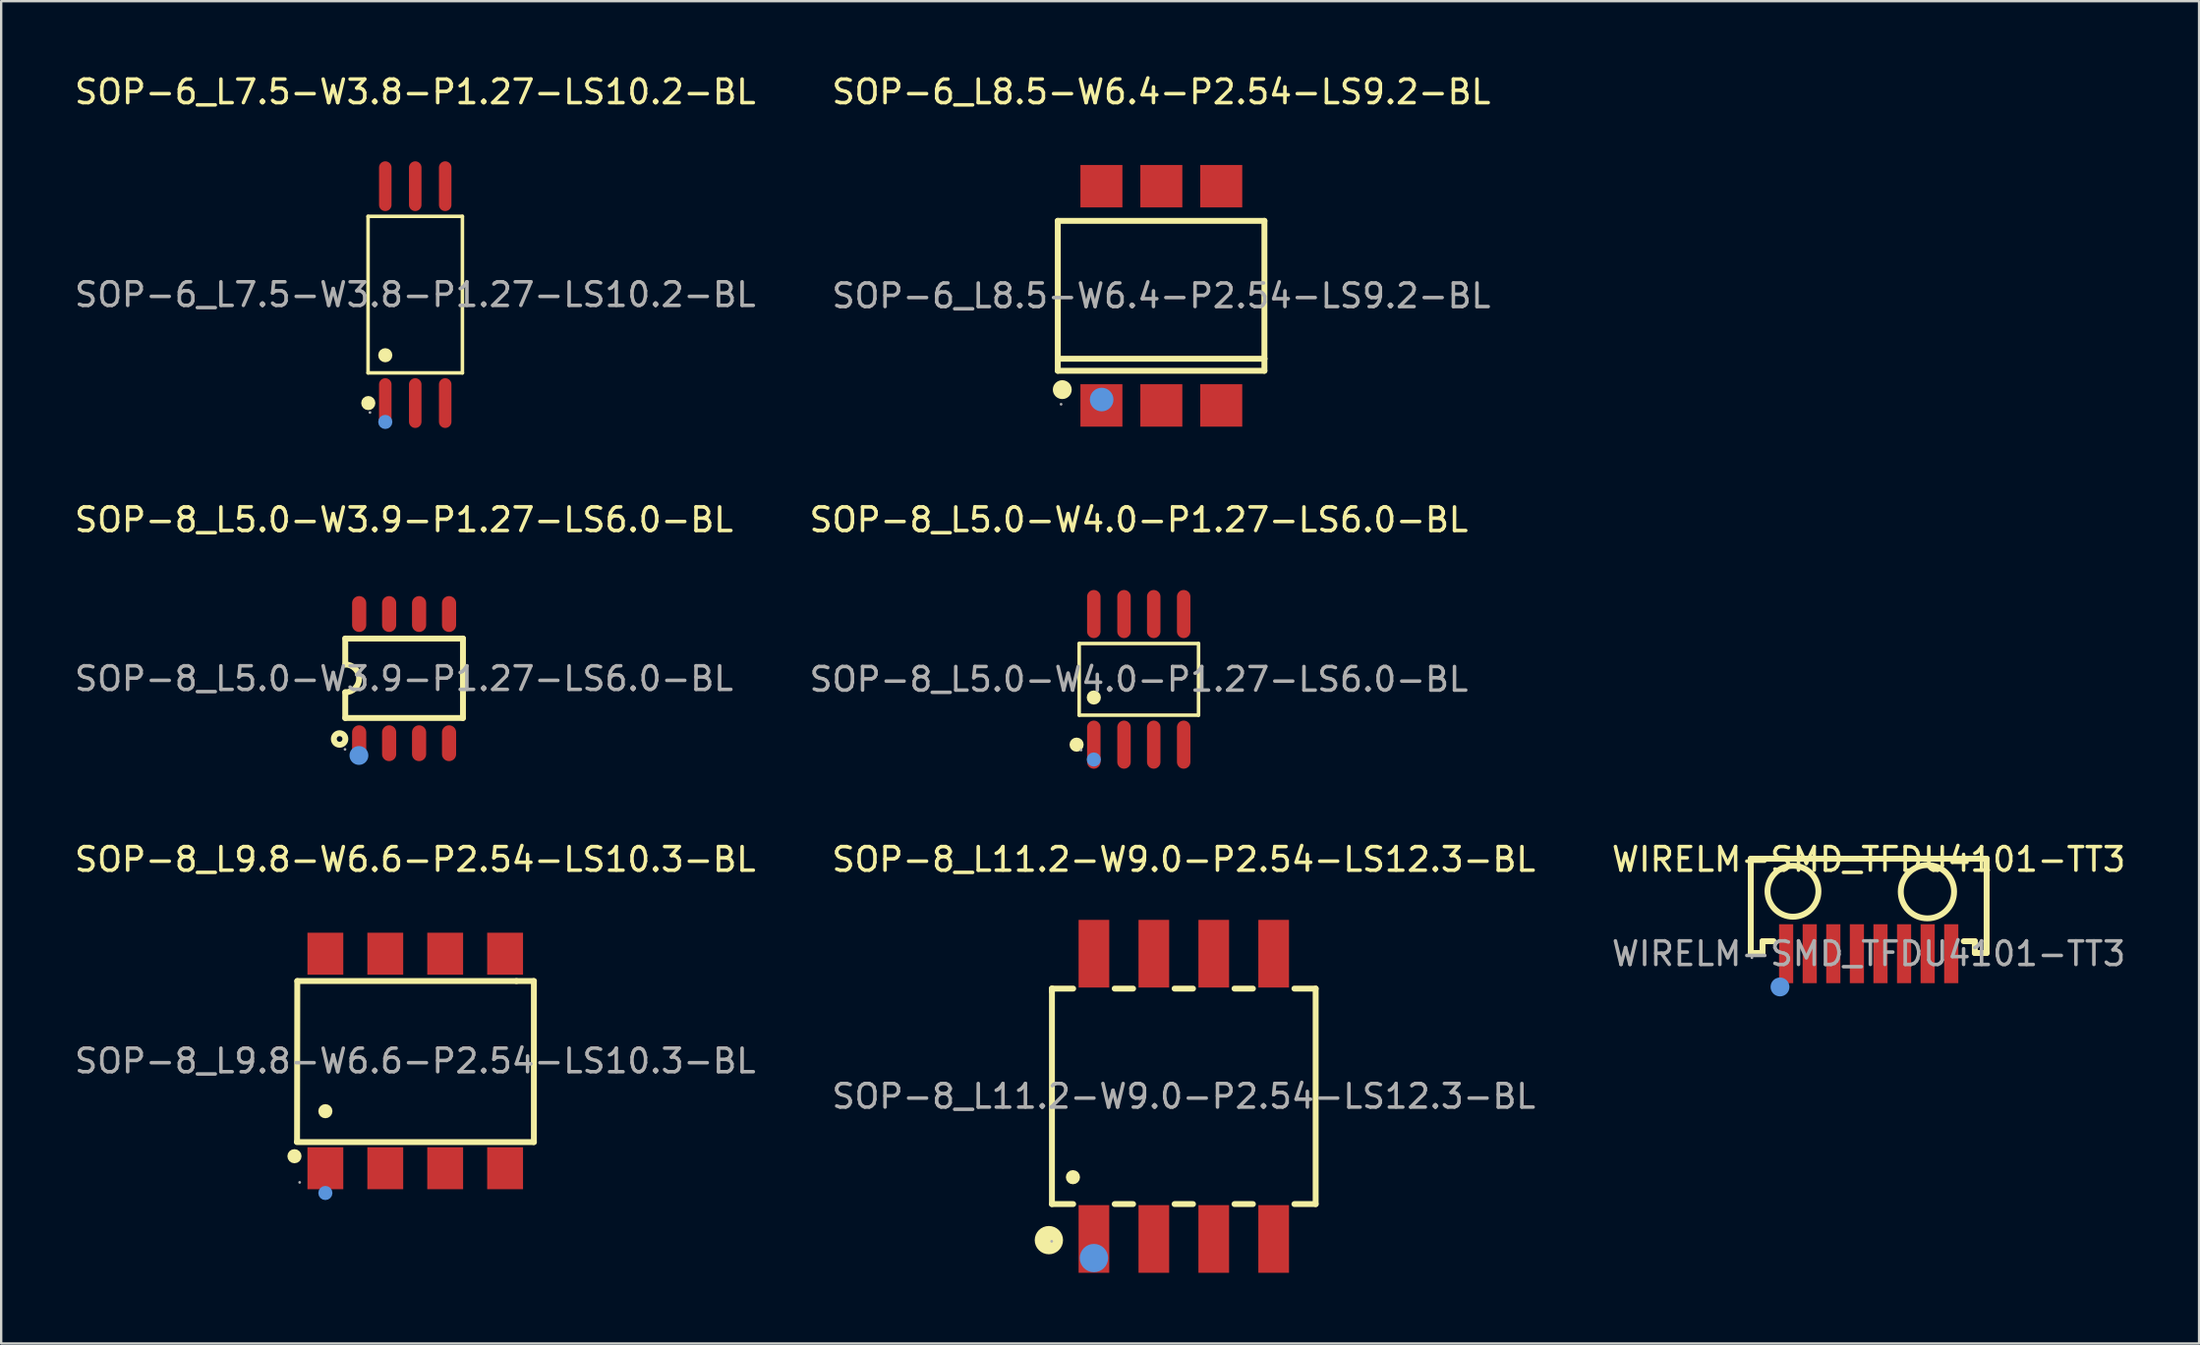
<source format=kicad_pcb>
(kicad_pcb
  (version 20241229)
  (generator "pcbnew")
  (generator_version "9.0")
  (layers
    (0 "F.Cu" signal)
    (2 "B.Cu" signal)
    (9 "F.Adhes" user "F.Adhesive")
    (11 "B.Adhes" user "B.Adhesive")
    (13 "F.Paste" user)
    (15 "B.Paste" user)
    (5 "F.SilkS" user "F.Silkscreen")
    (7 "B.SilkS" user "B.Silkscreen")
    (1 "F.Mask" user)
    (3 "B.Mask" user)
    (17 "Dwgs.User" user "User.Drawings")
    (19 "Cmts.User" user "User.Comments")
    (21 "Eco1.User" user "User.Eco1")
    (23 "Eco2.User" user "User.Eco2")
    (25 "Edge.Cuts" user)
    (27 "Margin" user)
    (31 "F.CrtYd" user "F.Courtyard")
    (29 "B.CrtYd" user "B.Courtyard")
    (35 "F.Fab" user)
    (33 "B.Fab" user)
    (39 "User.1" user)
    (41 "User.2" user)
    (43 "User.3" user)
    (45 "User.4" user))
  (footprint "SOP-8_L5.0-W4.0-P1.27-LS6.0-BL"
    (layer "F.Cu")
    (at 45.232 25.767)
    (property "Reference" "SOP-8_L5.0-W4.0-P1.27-LS6.0-BL" (at 0 -6.77 0) (layer "F.SilkS") (effects (font (size 1 1) (thickness 0.15))))
    (attr through_hole)
    (fp_line (start -2.53 -1.52) (end 2.53 -1.52) (stroke (width 0.15) (type solid)) (layer "F.SilkS"))
    (fp_line (start -2.53 1.52) (end -2.53 -1.52) (stroke (width 0.15) (type solid)) (layer "F.SilkS"))
    (fp_line (start 2.53 -1.52) (end 2.53 1.52) (stroke (width 0.15) (type solid)) (layer "F.SilkS"))
    (fp_line (start 2.53 1.52) (end -2.53 1.52) (stroke (width 0.15) (type solid)) (layer "F.SilkS"))
    (fp_circle (center -2.64 2.77) (end -2.49 2.77) (stroke (width 0.3) (type solid)) (fill no) (layer "F.SilkS"))
    (fp_circle (center -1.91 0.77) (end -1.76 0.77) (stroke (width 0.3) (type solid)) (fill no) (layer "F.SilkS"))
    (fp_circle (center -1.91 3.4) (end -1.76 3.4) (stroke (width 0.3) (type solid)) (fill no) (layer "Cmts.User"))
    (fp_circle (center -2.45 3) (end -2.42 3) (stroke (width 0.06) (type solid)) (fill no) (layer "F.Fab"))
    (fp_text user "${REFERENCE}" (at 0 0 0) (layer "F.Fab") (effects (font (size 1 1) (thickness 0.15))))
    (pad "1" smd oval (at -1.91 2.77) (size 0.57 2.04) (layers "F.Cu" "F.Mask" "F.Paste"))
    (pad "2" smd oval (at -0.63 2.77) (size 0.57 2.04) (layers "F.Cu" "F.Mask" "F.Paste"))
    (pad "3" smd oval (at 0.63 2.77) (size 0.57 2.04) (layers "F.Cu" "F.Mask" "F.Paste"))
    (pad "4" smd oval (at 1.9 2.77) (size 0.57 2.04) (layers "F.Cu" "F.Mask" "F.Paste"))
    (pad "5" smd oval (at 1.9 -2.77) (size 0.57 2.04) (layers "F.Cu" "F.Mask" "F.Paste"))
    (pad "6" smd oval (at 0.63 -2.77) (size 0.57 2.04) (layers "F.Cu" "F.Mask" "F.Paste"))
    (pad "7" smd oval (at -0.63 -2.77) (size 0.57 2.04) (layers "F.Cu" "F.Mask" "F.Paste"))
    (pad "8" smd oval (at -1.91 -2.77) (size 0.57 2.04) (layers "F.Cu" "F.Mask" "F.Paste")))
  (footprint "WIRELM-SMD_TFDU4101-TT3"
    (layer "F.Cu")
    (at 76.173 37.405)
    (property "Reference" "WIRELM-SMD_TFDU4101-TT3" (at 0 -4 0) (layer "F.SilkS") (effects (font (size 1 1) (thickness 0.15))))
    (attr through_hole)
    (fp_line (start -5 -4.03) (end 5 -4.03) (stroke (width 0.25) (type solid)) (layer "F.SilkS"))
    (fp_line (start -5 -0.03) (end -5 -4.03) (stroke (width 0.25) (type solid)) (layer "F.SilkS"))
    (fp_line (start -5 -0.03) (end -4.5 -0.03) (stroke (width 0.25) (type solid)) (layer "F.SilkS"))
    (fp_line (start -4.5 -0.53) (end -4.03 -0.53) (stroke (width 0.25) (type solid)) (layer "F.SilkS"))
    (fp_line (start -4.5 -0.03) (end -4.5 -0.53) (stroke (width 0.25) (type solid)) (layer "F.SilkS"))
    (fp_line (start 4.03 -0.53) (end 4.5 -0.53) (stroke (width 0.25) (type solid)) (layer "F.SilkS"))
    (fp_line (start 4.5 -0.53) (end 4.5 -0.03) (stroke (width 0.25) (type solid)) (layer "F.SilkS"))
    (fp_line (start 4.5 -0.03) (end 5 -0.03) (stroke (width 0.25) (type solid)) (layer "F.SilkS"))
    (fp_line (start 5 -4.03) (end 5 -0.03) (stroke (width 0.25) (type solid)) (layer "F.SilkS"))
    (fp_circle (center -3.21 -2.65) (end -2.13 -2.65) (stroke (width 0.25) (type solid)) (fill no) (layer "F.SilkS"))
    (fp_circle (center 2.49 -2.63) (end 3.62 -2.63) (stroke (width 0.25) (type solid)) (fill no) (layer "F.SilkS"))
    (fp_circle (center -3.76 1.41) (end -3.56 1.41) (stroke (width 0.4) (type solid)) (fill no) (layer "Cmts.User"))
    (fp_circle (center -4.95 0.17) (end -4.92 0.17) (stroke (width 0.06) (type solid)) (fill no) (layer "F.Fab"))
    (fp_text user "${REFERENCE}" (at 0 0 0) (layer "F.Fab") (effects (font (size 1 1) (thickness 0.15))))
    (pad "1" smd rect (at -3.5 0 90) (size 2.5 0.6) (layers "F.Cu" "F.Mask" "F.Paste"))
    (pad "2" smd rect (at -2.5 0 90) (size 2.5 0.6) (layers "F.Cu" "F.Mask" "F.Paste"))
    (pad "3" smd rect (at -1.5 0 90) (size 2.5 0.6) (layers "F.Cu" "F.Mask" "F.Paste"))
    (pad "4" smd rect (at -0.5 0 90) (size 2.5 0.6) (layers "F.Cu" "F.Mask" "F.Paste"))
    (pad "5" smd rect (at 0.5 0 90) (size 2.5 0.6) (layers "F.Cu" "F.Mask" "F.Paste"))
    (pad "6" smd rect (at 1.5 0 90) (size 2.5 0.6) (layers "F.Cu" "F.Mask" "F.Paste"))
    (pad "7" smd rect (at 2.5 0 90) (size 2.5 0.6) (layers "F.Cu" "F.Mask" "F.Paste"))
    (pad "8" smd rect (at 3.5 0 90) (size 2.5 0.6) (layers "F.Cu" "F.Mask" "F.Paste")))
  (footprint "SOP-6_L7.5-W3.8-P1.27-LS10.2-BL"
    (layer "F.Cu")
    (at 14.554 9.448)
    (property "Reference" "SOP-6_L7.5-W3.8-P1.27-LS10.2-BL" (at 0 -8.6 0) (layer "F.SilkS") (effects (font (size 1 1) (thickness 0.15))))
    (attr through_hole)
    (fp_line (start -2 -3.32) (end 2 -3.32) (stroke (width 0.15) (type solid)) (layer "F.SilkS"))
    (fp_line (start -2 3.32) (end -2 -3.32) (stroke (width 0.15) (type solid)) (layer "F.SilkS"))
    (fp_line (start 2 -3.32) (end 2 3.32) (stroke (width 0.15) (type solid)) (layer "F.SilkS"))
    (fp_line (start 2 3.32) (end -2 3.32) (stroke (width 0.15) (type solid)) (layer "F.SilkS"))
    (fp_circle (center -1.99 4.6) (end -1.84 4.6) (stroke (width 0.3) (type solid)) (fill no) (layer "F.SilkS"))
    (fp_circle (center -1.27 2.57) (end -1.12 2.57) (stroke (width 0.3) (type solid)) (fill no) (layer "F.SilkS"))
    (fp_circle (center -1.27 5.4) (end -1.12 5.4) (stroke (width 0.3) (type solid)) (fill no) (layer "Cmts.User"))
    (fp_circle (center -1.92 5) (end -1.89 5) (stroke (width 0.06) (type solid)) (fill no) (layer "F.Fab"))
    (fp_text user "${REFERENCE}" (at 0 0 0) (layer "F.Fab") (effects (font (size 1 1) (thickness 0.15))))
    (pad "1" smd oval (at -1.27 4.6) (size 0.53 2.11) (layers "F.Cu" "F.Mask" "F.Paste"))
    (pad "2" smd oval (at 0 4.6) (size 0.53 2.11) (layers "F.Cu" "F.Mask" "F.Paste"))
    (pad "3" smd oval (at 1.27 4.6) (size 0.53 2.11) (layers "F.Cu" "F.Mask" "F.Paste"))
    (pad "4" smd oval (at 1.27 -4.6) (size 0.53 2.11) (layers "F.Cu" "F.Mask" "F.Paste"))
    (pad "5" smd oval (at 0 -4.6) (size 0.53 2.11) (layers "F.Cu" "F.Mask" "F.Paste"))
    (pad "6" smd oval (at -1.27 -4.6) (size 0.53 2.11) (layers "F.Cu" "F.Mask" "F.Paste")))
  (footprint "SOP-8_L9.8-W6.6-P2.54-LS10.3-BL"
    (layer "F.Cu")
    (at 14.554 41.955)
    (property "Reference" "SOP-8_L9.8-W6.6-P2.54-LS10.3-BL" (at 0 -8.55 0) (layer "F.SilkS") (effects (font (size 1 1) (thickness 0.15))))
    (attr through_hole)
    (fp_line (start -5 -3.39) (end -5.01 3.42) (stroke (width 0.25) (type solid)) (layer "F.SilkS"))
    (fp_line (start 4.29 -3.39) (end -5 -3.39) (stroke (width 0.25) (type solid)) (layer "F.SilkS"))
    (fp_line (start 4.29 -3.39) (end 5.03 -3.39) (stroke (width 0.25) (type solid)) (layer "F.SilkS"))
    (fp_line (start 5.03 -3.39) (end 5.03 3.44) (stroke (width 0.25) (type solid)) (layer "F.SilkS"))
    (fp_line (start 5.03 3.44) (end -5.02 3.44) (stroke (width 0.25) (type solid)) (layer "F.SilkS"))
    (fp_circle (center -5.12 4.04) (end -4.97 4.04) (stroke (width 0.3) (type solid)) (fill no) (layer "F.SilkS"))
    (fp_circle (center -3.81 2.13) (end -3.66 2.13) (stroke (width 0.3) (type solid)) (fill no) (layer "F.SilkS"))
    (fp_circle (center -3.81 5.6) (end -3.66 5.6) (stroke (width 0.3) (type solid)) (fill no) (layer "Cmts.User"))
    (fp_circle (center -4.9 5.15) (end -4.87 5.15) (stroke (width 0.06) (type solid)) (fill no) (layer "F.Fab"))
    (fp_text user "${REFERENCE}" (at 0 0 0) (layer "F.Fab") (effects (font (size 1 1) (thickness 0.15))))
    (pad "1" smd rect (at -3.81 4.55) (size 1.52 1.78) (layers "F.Cu" "F.Mask" "F.Paste"))
    (pad "2" smd rect (at -1.27 4.55) (size 1.52 1.78) (layers "F.Cu" "F.Mask" "F.Paste"))
    (pad "3" smd rect (at 1.27 4.55) (size 1.52 1.78) (layers "F.Cu" "F.Mask" "F.Paste"))
    (pad "4" smd rect (at 3.81 4.55) (size 1.52 1.78) (layers "F.Cu" "F.Mask" "F.Paste"))
    (pad "5" smd rect (at 3.81 -4.55) (size 1.52 1.78) (layers "F.Cu" "F.Mask" "F.Paste"))
    (pad "6" smd rect (at 1.27 -4.55) (size 1.52 1.78) (layers "F.Cu" "F.Mask" "F.Paste"))
    (pad "7" smd rect (at -1.27 -4.55) (size 1.52 1.78) (layers "F.Cu" "F.Mask" "F.Paste"))
    (pad "8" smd rect (at -3.81 -4.55) (size 1.52 1.78) (layers "F.Cu" "F.Mask" "F.Paste")))
  (footprint "SOP-8_L5.0-W3.9-P1.27-LS6.0-BL"
    (layer "F.Cu")
    (at 14.077 25.736)
    (property "Reference" "SOP-8_L5.0-W3.9-P1.27-LS6.0-BL" (at 0 -6.74 0) (layer "F.SilkS") (effects (font (size 1 1) (thickness 0.15))))
    (attr through_hole)
    (fp_line (start -2.49 -1.7) (end 2.5 -1.7) (stroke (width 0.25) (type solid)) (layer "F.SilkS"))
    (fp_line (start -2.49 -0.6) (end -2.49 -1.7) (stroke (width 0.25) (type solid)) (layer "F.SilkS"))
    (fp_line (start -2.49 1.67) (end -2.49 0.58) (stroke (width 0.25) (type solid)) (layer "F.SilkS"))
    (fp_line (start 2.5 -1.7) (end 2.5 1.67) (stroke (width 0.25) (type solid)) (layer "F.SilkS"))
    (fp_line (start 2.5 1.67) (end -2.49 1.67) (stroke (width 0.25) (type solid)) (layer "F.SilkS"))
    (fp_arc (start -2.49 -0.6) (mid -1.9 -0.01) (end -2.49 0.58) (stroke (width 0.25) (type solid)) (layer "F.SilkS"))
    (fp_circle (center -2.73 2.56) (end -2.61 2.56) (stroke (width 0.25) (type solid)) (fill no) (layer "F.SilkS"))
    (fp_circle (center -1.91 3.26) (end -1.71 3.26) (stroke (width 0.4) (type solid)) (fill no) (layer "Cmts.User"))
    (fp_circle (center -2.5 3) (end -2.47 3) (stroke (width 0.06) (type solid)) (fill no) (layer "F.Fab"))
    (fp_text user "${REFERENCE}" (at 0 0 0) (layer "F.Fab") (effects (font (size 1 1) (thickness 0.15))))
    (pad "1" smd oval (at -1.9 2.74) (size 0.6 1.52) (layers "F.Cu" "F.Mask" "F.Paste"))
    (pad "2" smd oval (at -0.63 2.74) (size 0.6 1.52) (layers "F.Cu" "F.Mask" "F.Paste"))
    (pad "3" smd oval (at 0.64 2.74) (size 0.6 1.52) (layers "F.Cu" "F.Mask" "F.Paste"))
    (pad "4" smd oval (at 1.91 2.74) (size 0.6 1.52) (layers "F.Cu" "F.Mask" "F.Paste"))
    (pad "5" smd oval (at 1.91 -2.74) (size 0.6 1.52) (layers "F.Cu" "F.Mask" "F.Paste"))
    (pad "6" smd oval (at 0.64 -2.74) (size 0.6 1.52) (layers "F.Cu" "F.Mask" "F.Paste"))
    (pad "7" smd oval (at -0.63 -2.74) (size 0.6 1.52) (layers "F.Cu" "F.Mask" "F.Paste"))
    (pad "8" smd oval (at -1.9 -2.74) (size 0.6 1.52) (layers "F.Cu" "F.Mask" "F.Paste")))
  (footprint "SOP-6_L8.5-W6.4-P2.54-LS9.2-BL"
    (layer "F.Cu")
    (at 46.185 9.498)
    (property "Reference" "SOP-6_L8.5-W6.4-P2.54-LS9.2-BL" (at 0 -8.65 0) (layer "F.SilkS") (effects (font (size 1 1) (thickness 0.15))))
    (attr through_hole)
    (fp_line (start -4.39 -3.18) (end 4.37 -3.18) (stroke (width 0.25) (type solid)) (layer "F.SilkS"))
    (fp_line (start -4.39 3.18) (end -4.39 -3.18) (stroke (width 0.25) (type solid)) (layer "F.SilkS"))
    (fp_line (start 4.37 -3.18) (end 4.37 2.67) (stroke (width 0.25) (type solid)) (layer "F.SilkS"))
    (fp_line (start 4.37 2.67) (end -4.29 2.67) (stroke (width 0.25) (type solid)) (layer "F.SilkS"))
    (fp_line (start 4.37 2.67) (end 4.37 3.18) (stroke (width 0.25) (type solid)) (layer "F.SilkS"))
    (fp_line (start 4.37 3.18) (end -4.39 3.18) (stroke (width 0.25) (type solid)) (layer "F.SilkS"))
    (fp_circle (center -4.2 3.98) (end -4 3.98) (stroke (width 0.4) (type solid)) (fill no) (layer "F.SilkS"))
    (fp_circle (center -2.53 4.4) (end -2.28 4.4) (stroke (width 0.5) (type solid)) (fill no) (layer "Cmts.User"))
    (fp_circle (center -4.25 4.6) (end -4.22 4.6) (stroke (width 0.06) (type solid)) (fill no) (layer "F.Fab"))
    (fp_text user "${REFERENCE}" (at 0 0 0) (layer "F.Fab") (effects (font (size 1 1) (thickness 0.15))))
    (pad "1" smd rect (at -2.54 4.65) (size 1.78 1.8) (layers "F.Cu" "F.Mask" "F.Paste"))
    (pad "2" smd rect (at 0 4.65) (size 1.78 1.8) (layers "F.Cu" "F.Mask" "F.Paste"))
    (pad "3" smd rect (at 2.54 4.65) (size 1.78 1.8) (layers "F.Cu" "F.Mask" "F.Paste"))
    (pad "4" smd rect (at 2.54 -4.65 180) (size 1.78 1.8) (layers "F.Cu" "F.Mask" "F.Paste"))
    (pad "5" smd rect (at 0 -4.65 180) (size 1.78 1.8) (layers "F.Cu" "F.Mask" "F.Paste"))
    (pad "6" smd rect (at -2.54 -4.65 180) (size 1.78 1.8) (layers "F.Cu" "F.Mask" "F.Paste")))
  (footprint "SOP-8_L11.2-W9.0-P2.54-LS12.3-BL"
    (layer "F.Cu")
    (at 47.137 43.455)
    (property "Reference" "SOP-8_L11.2-W9.0-P2.54-LS12.3-BL" (at 0 -10.05 0) (layer "F.SilkS") (effects (font (size 1 1) (thickness 0.15))))
    (attr through_hole)
    (fp_line (start -5.59 -4.57) (end -5.59 -4.57) (stroke (width 0.25) (type solid)) (layer "F.SilkS"))
    (fp_line (start -5.59 -4.57) (end -5.59 -4.45) (stroke (width 0.25) (type solid)) (layer "F.SilkS"))
    (fp_line (start -5.59 -4.44) (end -5.59 4.57) (stroke (width 0.25) (type solid)) (layer "F.SilkS"))
    (fp_line (start -5.59 4.57) (end -4.69 4.57) (stroke (width 0.25) (type solid)) (layer "F.SilkS"))
    (fp_line (start -4.69 -4.57) (end -5.59 -4.57) (stroke (width 0.25) (type solid)) (layer "F.SilkS"))
    (fp_line (start -2.93 4.57) (end -2.15 4.57) (stroke (width 0.25) (type solid)) (layer "F.SilkS"))
    (fp_line (start -2.15 -4.57) (end -2.93 -4.57) (stroke (width 0.25) (type solid)) (layer "F.SilkS"))
    (fp_line (start -0.39 4.57) (end 0.39 4.57) (stroke (width 0.25) (type solid)) (layer "F.SilkS"))
    (fp_line (start 0.39 -4.57) (end -0.39 -4.57) (stroke (width 0.25) (type solid)) (layer "F.SilkS"))
    (fp_line (start 2.15 4.57) (end 2.93 4.57) (stroke (width 0.25) (type solid)) (layer "F.SilkS"))
    (fp_line (start 2.93 -4.57) (end 2.15 -4.57) (stroke (width 0.25) (type solid)) (layer "F.SilkS"))
    (fp_line (start 4.69 4.57) (end 5.59 4.57) (stroke (width 0.25) (type solid)) (layer "F.SilkS"))
    (fp_line (start 5.59 -4.57) (end 4.69 -4.57) (stroke (width 0.25) (type solid)) (layer "F.SilkS"))
    (fp_line (start 5.59 4.57) (end 5.59 -4.57) (stroke (width 0.25) (type solid)) (layer "F.SilkS"))
    (fp_circle (center -5.72 6.1) (end -5.42 6.1) (stroke (width 0.6) (type solid)) (fill no) (layer "F.SilkS"))
    (fp_circle (center -4.7 3.43) (end -4.55 3.43) (stroke (width 0.3) (type solid)) (fill no) (layer "F.SilkS"))
    (fp_circle (center -3.81 6.86) (end -3.51 6.86) (stroke (width 0.6) (type solid)) (fill no) (layer "Cmts.User"))
    (fp_circle (center -5.6 6.15) (end -5.57 6.15) (stroke (width 0.06) (type solid)) (fill no) (layer "F.Fab"))
    (fp_text user "${REFERENCE}" (at 0 0 0) (layer "F.Fab") (effects (font (size 1 1) (thickness 0.15))))
    (pad "1" smd rect (at -3.81 6.05) (size 1.3 2.87) (layers "F.Cu" "F.Mask" "F.Paste"))
    (pad "2" smd rect (at -1.27 6.05) (size 1.3 2.87) (layers "F.Cu" "F.Mask" "F.Paste"))
    (pad "3" smd rect (at 1.27 6.05) (size 1.3 2.87) (layers "F.Cu" "F.Mask" "F.Paste"))
    (pad "4" smd rect (at 3.81 6.05) (size 1.3 2.87) (layers "F.Cu" "F.Mask" "F.Paste"))
    (pad "5" smd rect (at 3.81 -6.05) (size 1.3 2.87) (layers "F.Cu" "F.Mask" "F.Paste"))
    (pad "6" smd rect (at 1.27 -6.05) (size 1.3 2.87) (layers "F.Cu" "F.Mask" "F.Paste"))
    (pad "7" smd rect (at -1.27 -6.05) (size 1.3 2.87) (layers "F.Cu" "F.Mask" "F.Paste"))
    (pad "8" smd rect (at -3.81 -6.05) (size 1.3 2.87) (layers "F.Cu" "F.Mask" "F.Paste")))
  (gr_rect
    (start -3 -3)
    (end 90.179 53.94)
    (stroke (width 0.1) (type default))
    (fill no)
    (layer "Edge.Cuts")))
</source>
